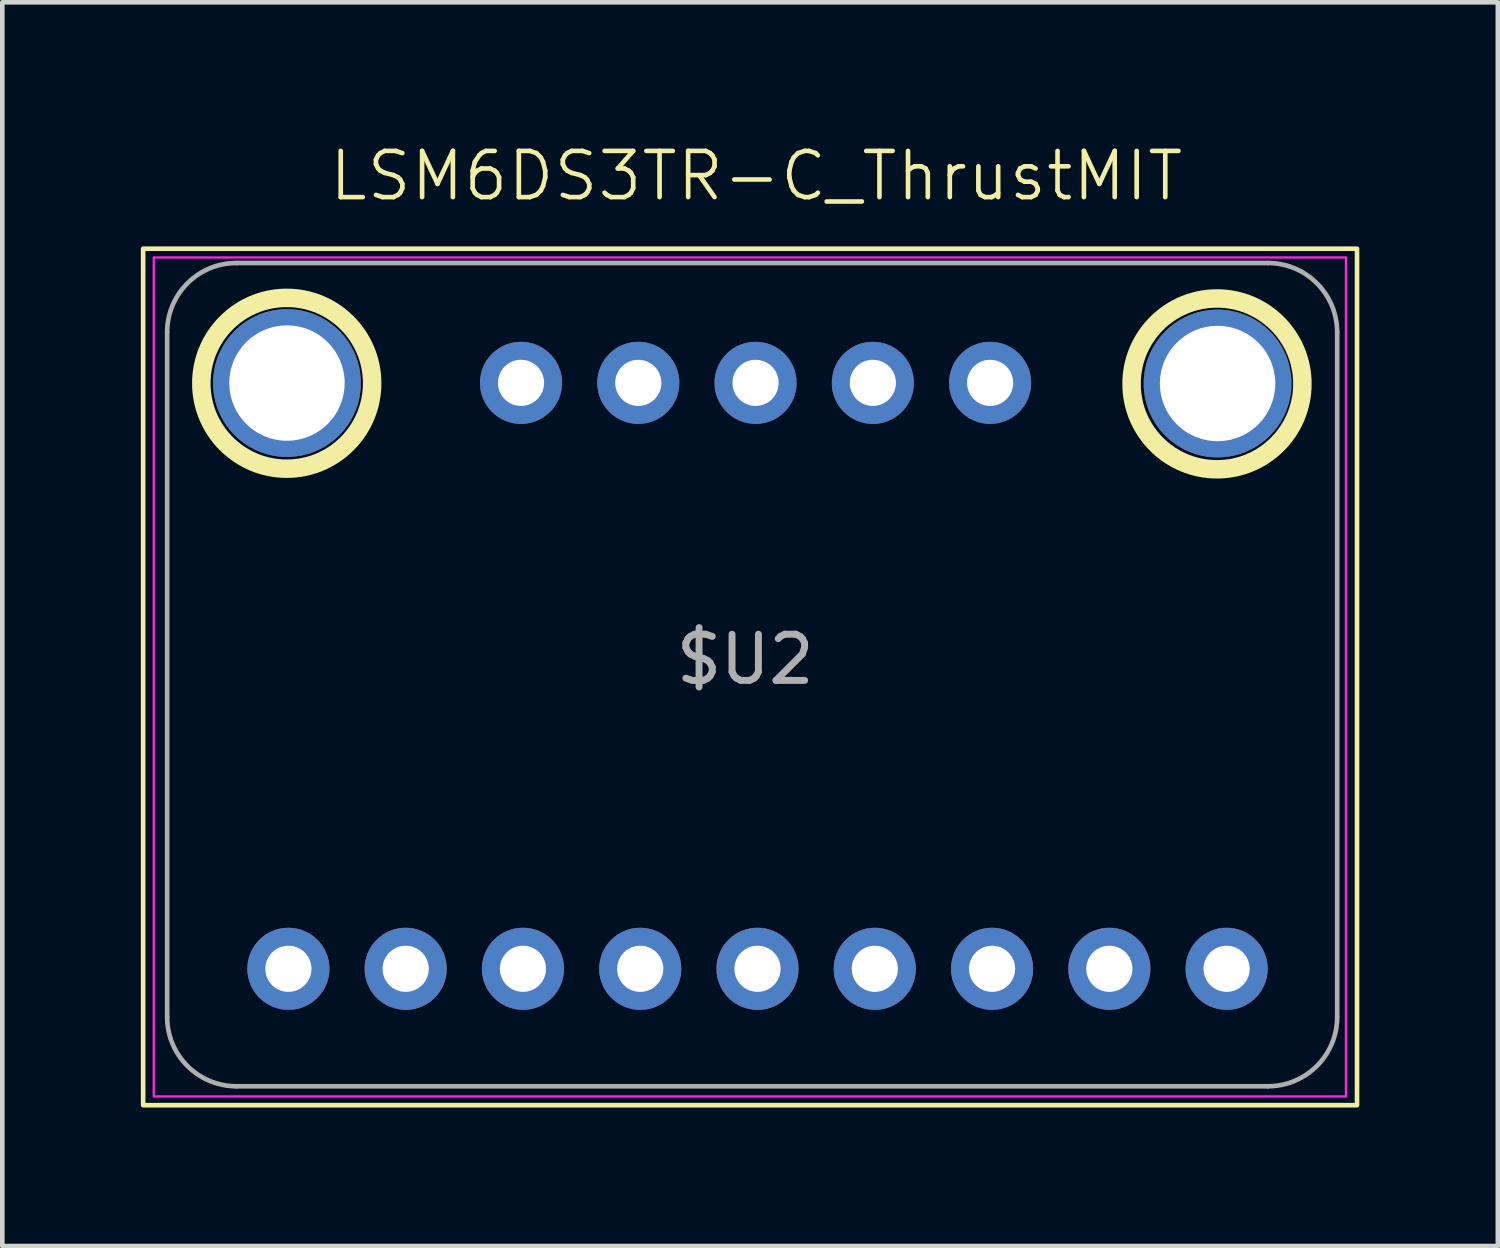
<source format=kicad_pcb>
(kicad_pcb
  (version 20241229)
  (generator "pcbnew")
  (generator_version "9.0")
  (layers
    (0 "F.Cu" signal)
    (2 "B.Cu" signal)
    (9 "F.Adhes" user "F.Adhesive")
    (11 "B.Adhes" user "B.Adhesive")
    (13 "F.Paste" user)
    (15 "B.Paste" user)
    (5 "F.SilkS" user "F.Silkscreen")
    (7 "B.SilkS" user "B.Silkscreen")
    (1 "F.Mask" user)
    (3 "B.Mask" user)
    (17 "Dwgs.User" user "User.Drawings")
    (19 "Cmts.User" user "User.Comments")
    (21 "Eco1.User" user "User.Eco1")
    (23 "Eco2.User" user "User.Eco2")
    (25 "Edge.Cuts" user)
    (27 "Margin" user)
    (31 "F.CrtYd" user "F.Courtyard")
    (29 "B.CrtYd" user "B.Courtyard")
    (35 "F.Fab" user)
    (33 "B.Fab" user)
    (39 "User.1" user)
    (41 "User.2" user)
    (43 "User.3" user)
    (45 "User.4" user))
  (footprint "LSM6DS3TR-C_ThrustMIT"
    (layer "F.Cu")
    (at 13.33 11.556)
    (property "Reference" "LSM6DS3TR-C_ThrustMIT" (at 0 -10.795 0) (unlocked yes) (layer "F.SilkS") (effects (font (size 1 1) (thickness 0.1))))
    (attr through_hole)
    (fp_rect (start -13.28 -9.22) (end 13.01 9.33) (stroke (width 0.1) (type default)) (fill no) (layer "F.SilkS"))
    (fp_circle (center -10.17 -6.305) (end -8.32 -6.305) (stroke (width 0.4) (type default)) (fill no) (layer "F.SilkS"))
    (fp_circle (center 9.977 -6.292) (end 11.827 -6.292) (stroke (width 0.4) (type default)) (fill no) (layer "F.SilkS"))
    (fp_rect (start -13.05 -9.03) (end 12.77 9.14) (stroke (width 0.05) (type default)) (fill no) (layer "F.CrtYd"))
    (fp_line (start -12.76 7.42) (end -12.76 -7.41) (stroke (width 0.1) (type default)) (layer "F.Fab"))
    (fp_line (start -11.26 -8.91) (end 11.08 -8.91) (stroke (width 0.1) (type default)) (layer "F.Fab"))
    (fp_line (start 11.08 8.92) (end -11.26 8.92) (stroke (width 0.1) (type default)) (layer "F.Fab"))
    (fp_line (start 12.58 -7.41) (end 12.58 7.42) (stroke (width 0.1) (type default)) (layer "F.Fab"))
    (fp_arc (start -12.76 -7.41) (mid -12.32066 -8.47066) (end -11.26 -8.91) (stroke (width 0.1) (type default)) (layer "F.Fab"))
    (fp_arc (start -11.26 8.92) (mid -12.32066 8.48066) (end -12.76 7.42) (stroke (width 0.1) (type default)) (layer "F.Fab"))
    (fp_arc (start 11.08 -8.91) (mid 12.14066 -8.47066) (end 12.58 -7.41) (stroke (width 0.1) (type default)) (layer "F.Fab"))
    (fp_arc (start 12.58 7.42) (mid 12.14066 8.48066) (end 11.08 8.92) (stroke (width 0.1) (type default)) (layer "F.Fab"))
    (fp_poly (pts (xy -10.388 6.63) (xy -9.88 6.63) (xy -9.88 6.122) (xy -10.388 6.122)) (stroke (width 0.1) (type default)) (fill no) (layer "F.Fab"))
    (fp_poly (pts (xy -7.848 6.63) (xy -7.34 6.63) (xy -7.34 6.122) (xy -7.848 6.122)) (stroke (width 0.1) (type default)) (fill no) (layer "F.Fab"))
    (fp_poly (pts (xy -5.308 6.63) (xy -4.8 6.63) (xy -4.8 6.122) (xy -5.308 6.122)) (stroke (width 0.1) (type default)) (fill no) (layer "F.Fab"))
    (fp_poly (pts (xy -4.842 -6.06) (xy -5.35 -6.06) (xy -5.35 -6.568) (xy -4.842 -6.568)) (stroke (width 0.1) (type default)) (fill no) (layer "F.Fab"))
    (fp_poly (pts (xy -2.768 6.63) (xy -2.26 6.63) (xy -2.26 6.122) (xy -2.768 6.122)) (stroke (width 0.1) (type default)) (fill no) (layer "F.Fab"))
    (fp_poly (pts (xy -2.302 -6.06) (xy -2.81 -6.06) (xy -2.81 -6.568) (xy -2.302 -6.568)) (stroke (width 0.1) (type default)) (fill no) (layer "F.Fab"))
    (fp_poly (pts (xy -0.228 6.63) (xy 0.28 6.63) (xy 0.28 6.122) (xy -0.228 6.122)) (stroke (width 0.1) (type default)) (fill no) (layer "F.Fab"))
    (fp_poly (pts (xy 0.238 -6.06) (xy -0.27 -6.06) (xy -0.27 -6.568) (xy 0.238 -6.568)) (stroke (width 0.1) (type default)) (fill no) (layer "F.Fab"))
    (fp_poly (pts (xy 2.312 6.63) (xy 2.82 6.63) (xy 2.82 6.122) (xy 2.312 6.122)) (stroke (width 0.1) (type default)) (fill no) (layer "F.Fab"))
    (fp_poly (pts (xy 2.778 -6.06) (xy 2.27 -6.06) (xy 2.27 -6.568) (xy 2.778 -6.568)) (stroke (width 0.1) (type default)) (fill no) (layer "F.Fab"))
    (fp_poly (pts (xy 4.852 6.63) (xy 5.36 6.63) (xy 5.36 6.122) (xy 4.852 6.122)) (stroke (width 0.1) (type default)) (fill no) (layer "F.Fab"))
    (fp_poly (pts (xy 5.318 -6.06) (xy 4.81 -6.06) (xy 4.81 -6.568) (xy 5.318 -6.568)) (stroke (width 0.1) (type default)) (fill no) (layer "F.Fab"))
    (fp_poly (pts (xy 7.392 6.63) (xy 7.9 6.63) (xy 7.9 6.122) (xy 7.392 6.122)) (stroke (width 0.1) (type default)) (fill no) (layer "F.Fab"))
    (fp_poly (pts (xy 9.932 6.63) (xy 10.44 6.63) (xy 10.44 6.122) (xy 9.932 6.122)) (stroke (width 0.1) (type default)) (fill no) (layer "F.Fab"))
    (fp_text user "$U2" (at -0.24 -0.325 0) (unlocked yes) (layer "F.Fab") (effects (font (size 1 1) (thickness 0.15))))
    (pad "1" thru_hole circle (at -10.134 6.376 90) (size 1.778 1.778) (drill 1) (layers "*.Cu" "*.Mask"))
    (pad "1" thru_hole circle (at 5.064 -6.314 270) (size 1.778 1.778) (drill 1) (layers "*.Cu" "*.Mask"))
    (pad "2" thru_hole circle (at -7.594 6.376 90) (size 1.778 1.778) (drill 1) (layers "*.Cu" "*.Mask"))
    (pad "2" thru_hole circle (at 2.524 -6.314 270) (size 1.778 1.778) (drill 1) (layers "*.Cu" "*.Mask"))
    (pad "3" thru_hole circle (at -5.054 6.376 90) (size 1.778 1.778) (drill 1) (layers "*.Cu" "*.Mask"))
    (pad "3" thru_hole circle (at -0.016 -6.314 270) (size 1.778 1.778) (drill 1) (layers "*.Cu" "*.Mask"))
    (pad "4" thru_hole circle (at -2.556 -6.314 270) (size 1.778 1.778) (drill 1) (layers "*.Cu" "*.Mask"))
    (pad "4" thru_hole circle (at -2.514 6.376 90) (size 1.778 1.778) (drill 1) (layers "*.Cu" "*.Mask"))
    (pad "5" thru_hole circle (at -5.096 -6.314 270) (size 1.778 1.778) (drill 1) (layers "*.Cu" "*.Mask"))
    (pad "5" thru_hole circle (at 0.026 6.376 90) (size 1.778 1.778) (drill 1) (layers "*.Cu" "*.Mask"))
    (pad "6" thru_hole circle (at 2.566 6.376 90) (size 1.778 1.778) (drill 1) (layers "*.Cu" "*.Mask"))
    (pad "7" thru_hole circle (at 5.106 6.376 90) (size 1.778 1.778) (drill 1) (layers "*.Cu" "*.Mask"))
    (pad "8" thru_hole circle (at 7.646 6.376 90) (size 1.778 1.778) (drill 1) (layers "*.Cu" "*.Mask"))
    (pad "9" thru_hole circle (at 10.186 6.376 90) (size 1.778 1.778) (drill 1) (layers "*.Cu" "*.Mask"))
    (pad "Mt." thru_hole circle (at -10.165 -6.31) (size 3.2 3.2) (drill 2.5) (layers "*.Cu" "*.Mask"))
    (pad "Mt." thru_hole circle (at 9.99 -6.3) (size 3.2 3.2) (drill 2.5) (layers "*.Cu" "*.Mask")))
  (gr_rect
    (start -3 -3)
    (end 29.39 23.936)
    (stroke (width 0.1) (type default))
    (fill no)
    (layer "Edge.Cuts")))
</source>
